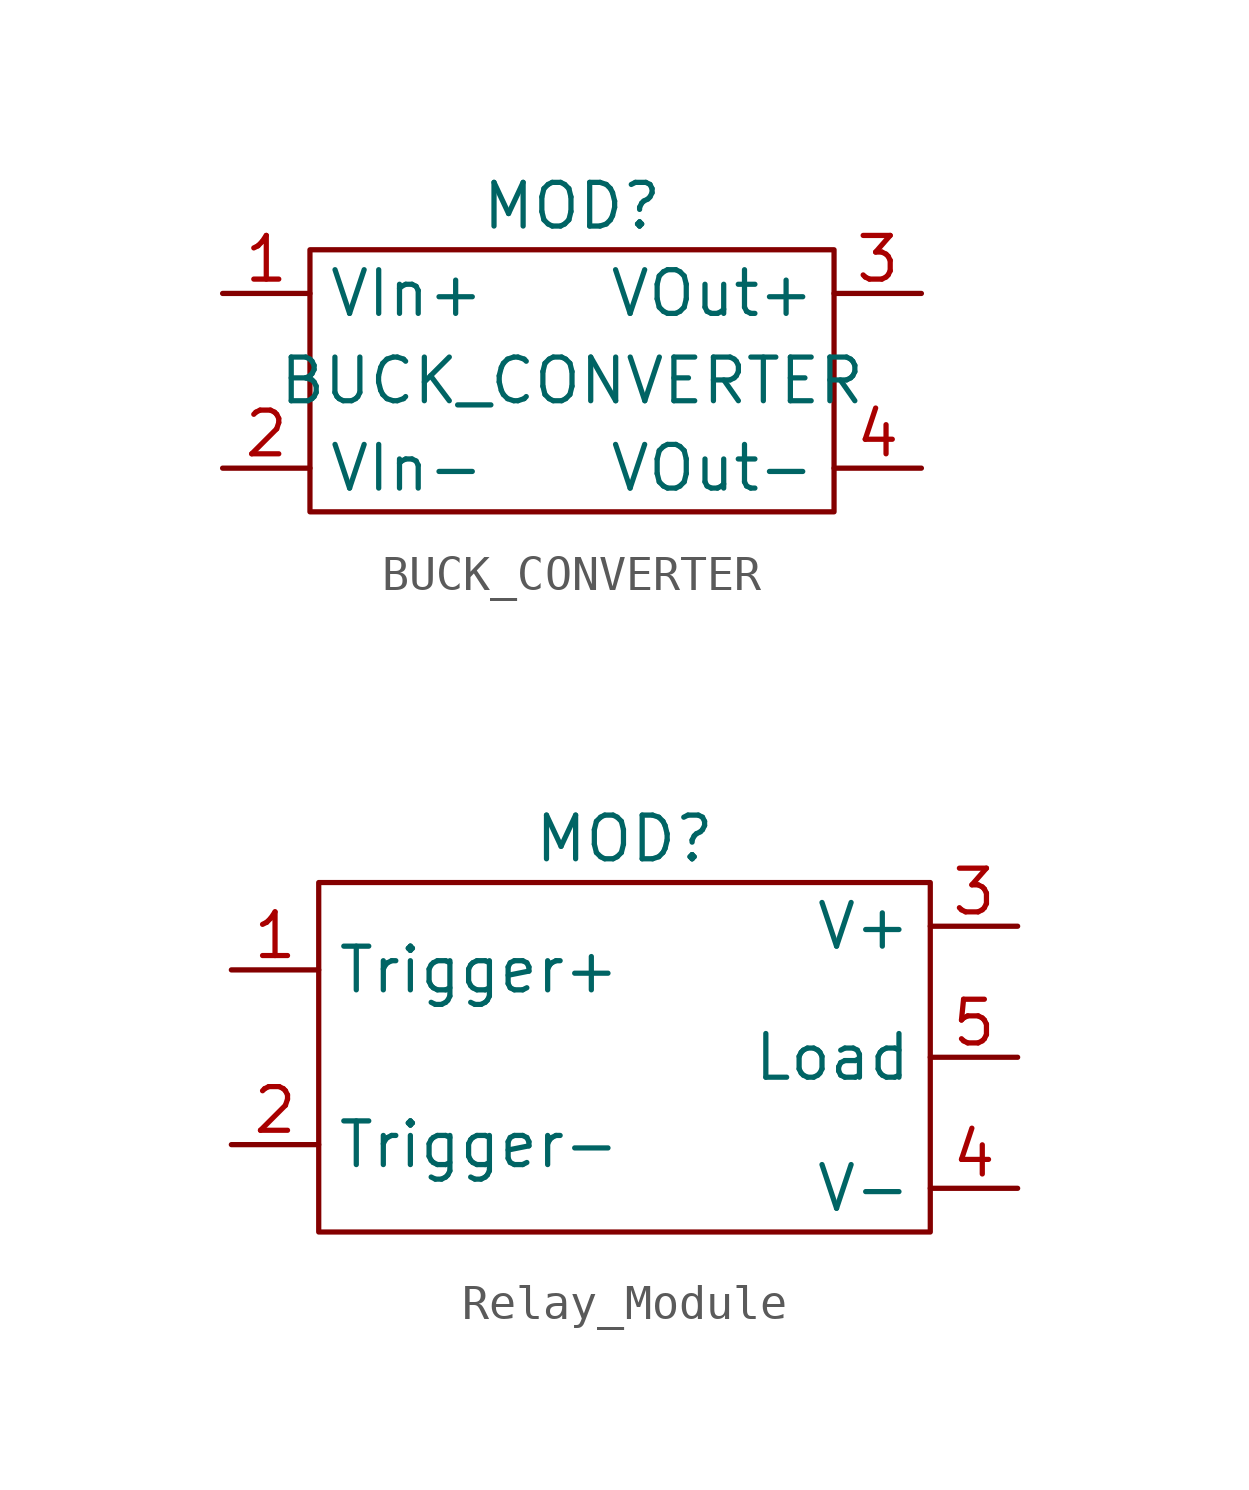
<source format=kicad_sym>
(kicad_symbol_lib
  (version 20220914)
  (generator kicad_symbol_editor)
  (symbol "BUCK_CONVERTER"
    (property "Reference" "MOD"
      (at 0 5.08 0)
      (effects (font (size 1.27 1.27))))
    (property "Value" "BUCK_CONVERTER"
      (at 0 0 0)
      (effects (font (size 1.27 1.27))))
    (symbol "BUCK_CONVERTER_0_1"
      (rectangle (start -7.62 3.81) (end 7.62 -3.81) (stroke (width 0) (type default)) (fill (type none))))
    (symbol "BUCK_CONVERTER_1_1"
      (pin power_in line (at -10.16 2.54 0) (length 2.54) (name "VIn+" (effects (font (size 1.27 1.27)))) (number "1" (effects (font (size 1.27 1.27)))))
      (pin power_in line (at -10.16 -2.54 0) (length 2.54) (name "VIn-" (effects (font (size 1.27 1.27)))) (number "2" (effects (font (size 1.27 1.27)))))
      (pin power_out line (at 10.16 2.54 180) (length 2.54) (name "VOut+" (effects (font (size 1.27 1.27)))) (number "3" (effects (font (size 1.27 1.27)))))
      (pin power_out line (at 10.16 -2.54 180) (length 2.54) (name "VOut-" (effects (font (size 1.27 1.27)))) (number "4" (effects (font (size 1.27 1.27)))))))
  (symbol "Relay_Module"
    (property "Reference" "MOD"
      (at 0 6.35 0)
      (effects (font (size 1.27 1.27))))
    (property "Value" ""
      (at 0 0 0)
      (effects (font (size 1.27 1.27))))
    (symbol "Relay_Module_0_1"
      (rectangle (start -8.89 5.08) (end 8.89 -5.08) (stroke (width 0) (type default)) (fill (type none))))
    (symbol "Relay_Module_1_1"
      (pin input line (at -11.43 2.54 0) (length 2.54) (name "Trigger+" (effects (font (size 1.27 1.27)))) (number "1" (effects (font (size 1.27 1.27)))))
      (pin input line (at -11.43 -2.54 0) (length 2.54) (name "Trigger-" (effects (font (size 1.27 1.27)))) (number "2" (effects (font (size 1.27 1.27)))))
      (pin power_in line (at 11.43 3.81 180) (length 2.54) (name "V+" (effects (font (size 1.27 1.27)))) (number "3" (effects (font (size 1.27 1.27)))))
      (pin power_in line (at 11.43 -3.81 180) (length 2.54) (name "V-" (effects (font (size 1.27 1.27)))) (number "4" (effects (font (size 1.27 1.27)))))
      (pin power_out line (at 11.43 0 180) (length 2.54) (name "Load" (effects (font (size 1.27 1.27)))) (number "5" (effects (font (size 1.27 1.27))))))))
</source>
